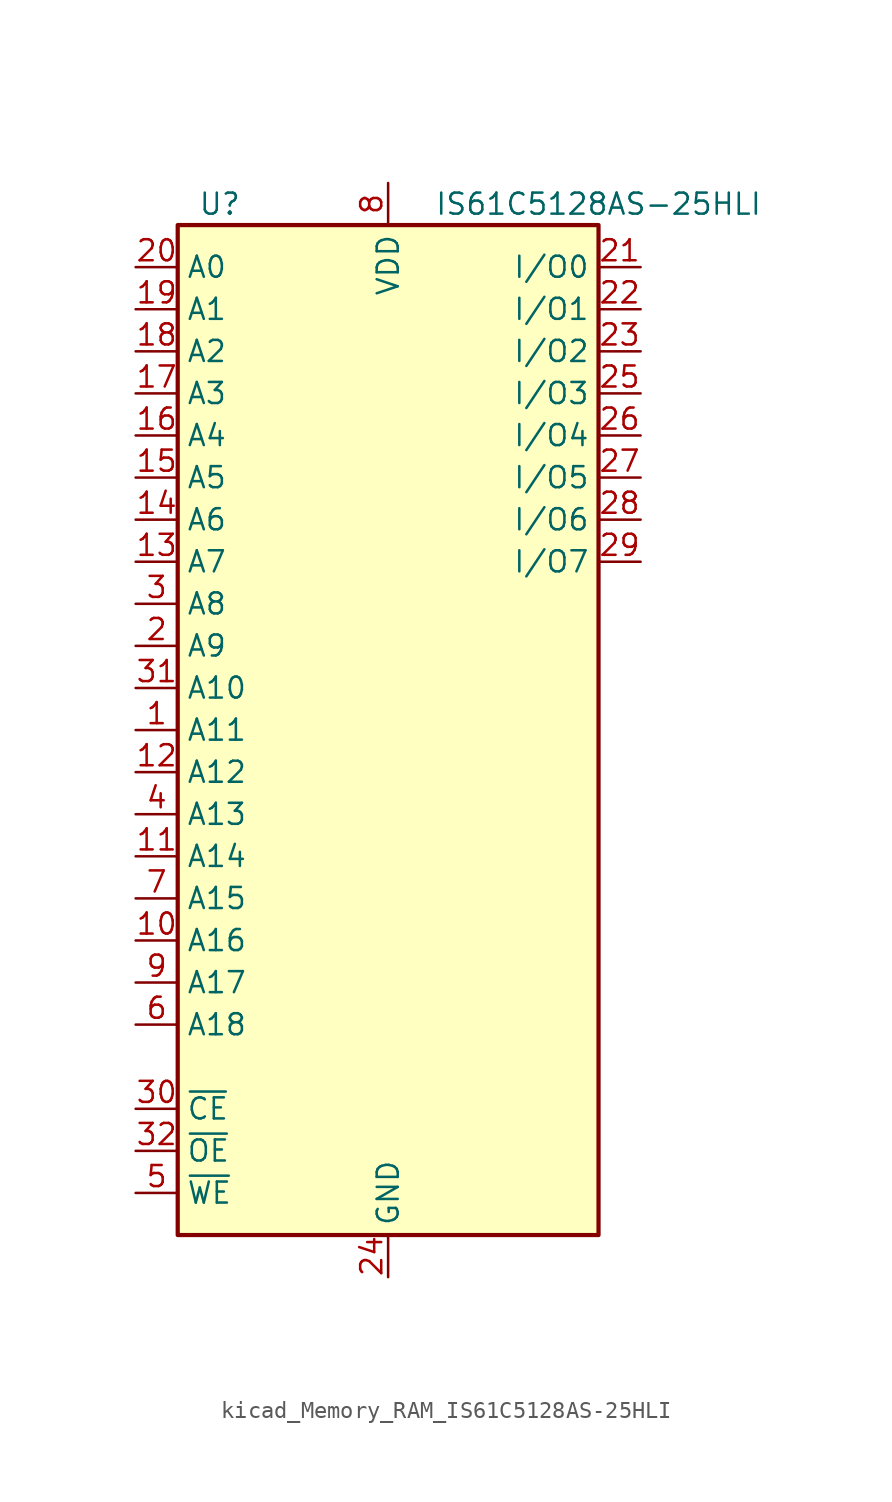
<source format=kicad_sym>
(kicad_symbol_lib
  (version 20220914)
  (generator kicad_symbol_editor)
  (symbol "kicad_Memory_RAM_IS61C5128AS-25HLI"
    (property "Reference" "U"
      (at -10.16 31.75 0)
      (effects (font (size 1.27 1.27))))
    (property "Value" "IS61C5128AS-25HLI"
      (at 12.7 31.75 0)
      (effects (font (size 1.27 1.27))))
    (symbol "kicad_Memory_RAM_IS61C5128AS-25HLI_0_1"
      (rectangle (start -12.7 30.48) (end 12.7 -30.48) (stroke (width 0.254) (type default)) (fill (type background))))
    (symbol "kicad_Memory_RAM_IS61C5128AS-25HLI_1_1"
      (pin input line (at -15.24 0 0) (length 2.54) (name "A11" (effects (font (size 1.27 1.27)))) (number "1" (effects (font (size 1.27 1.27)))))
      (pin input line (at -15.24 -12.7 0) (length 2.54) (name "A16" (effects (font (size 1.27 1.27)))) (number "10" (effects (font (size 1.27 1.27)))))
      (pin input line (at -15.24 -7.62 0) (length 2.54) (name "A14" (effects (font (size 1.27 1.27)))) (number "11" (effects (font (size 1.27 1.27)))))
      (pin input line (at -15.24 -2.54 0) (length 2.54) (name "A12" (effects (font (size 1.27 1.27)))) (number "12" (effects (font (size 1.27 1.27)))))
      (pin input line (at -15.24 10.16 0) (length 2.54) (name "A7" (effects (font (size 1.27 1.27)))) (number "13" (effects (font (size 1.27 1.27)))))
      (pin input line (at -15.24 12.7 0) (length 2.54) (name "A6" (effects (font (size 1.27 1.27)))) (number "14" (effects (font (size 1.27 1.27)))))
      (pin input line (at -15.24 15.24 0) (length 2.54) (name "A5" (effects (font (size 1.27 1.27)))) (number "15" (effects (font (size 1.27 1.27)))))
      (pin input line (at -15.24 17.78 0) (length 2.54) (name "A4" (effects (font (size 1.27 1.27)))) (number "16" (effects (font (size 1.27 1.27)))))
      (pin input line (at -15.24 20.32 0) (length 2.54) (name "A3" (effects (font (size 1.27 1.27)))) (number "17" (effects (font (size 1.27 1.27)))))
      (pin input line (at -15.24 22.86 0) (length 2.54) (name "A2" (effects (font (size 1.27 1.27)))) (number "18" (effects (font (size 1.27 1.27)))))
      (pin input line (at -15.24 25.4 0) (length 2.54) (name "A1" (effects (font (size 1.27 1.27)))) (number "19" (effects (font (size 1.27 1.27)))))
      (pin input line (at -15.24 5.08 0) (length 2.54) (name "A9" (effects (font (size 1.27 1.27)))) (number "2" (effects (font (size 1.27 1.27)))))
      (pin input line (at -15.24 27.94 0) (length 2.54) (name "A0" (effects (font (size 1.27 1.27)))) (number "20" (effects (font (size 1.27 1.27)))))
      (pin bidirectional line (at 15.24 27.94 180) (length 2.54) (name "I/O0" (effects (font (size 1.27 1.27)))) (number "21" (effects (font (size 1.27 1.27)))))
      (pin bidirectional line (at 15.24 25.4 180) (length 2.54) (name "I/O1" (effects (font (size 1.27 1.27)))) (number "22" (effects (font (size 1.27 1.27)))))
      (pin bidirectional line (at 15.24 22.86 180) (length 2.54) (name "I/O2" (effects (font (size 1.27 1.27)))) (number "23" (effects (font (size 1.27 1.27)))))
      (pin power_in line (at 0 -33.02 90) (length 2.54) (name "GND" (effects (font (size 1.27 1.27)))) (number "24" (effects (font (size 1.27 1.27)))))
      (pin bidirectional line (at 15.24 20.32 180) (length 2.54) (name "I/O3" (effects (font (size 1.27 1.27)))) (number "25" (effects (font (size 1.27 1.27)))))
      (pin bidirectional line (at 15.24 17.78 180) (length 2.54) (name "I/O4" (effects (font (size 1.27 1.27)))) (number "26" (effects (font (size 1.27 1.27)))))
      (pin bidirectional line (at 15.24 15.24 180) (length 2.54) (name "I/O5" (effects (font (size 1.27 1.27)))) (number "27" (effects (font (size 1.27 1.27)))))
      (pin bidirectional line (at 15.24 12.7 180) (length 2.54) (name "I/O6" (effects (font (size 1.27 1.27)))) (number "28" (effects (font (size 1.27 1.27)))))
      (pin bidirectional line (at 15.24 10.16 180) (length 2.54) (name "I/O7" (effects (font (size 1.27 1.27)))) (number "29" (effects (font (size 1.27 1.27)))))
      (pin input line (at -15.24 7.62 0) (length 2.54) (name "A8" (effects (font (size 1.27 1.27)))) (number "3" (effects (font (size 1.27 1.27)))))
      (pin input line (at -15.24 -22.86 0) (length 2.54) (name "~{CE}" (effects (font (size 1.27 1.27)))) (number "30" (effects (font (size 1.27 1.27)))))
      (pin input line (at -15.24 2.54 0) (length 2.54) (name "A10" (effects (font (size 1.27 1.27)))) (number "31" (effects (font (size 1.27 1.27)))))
      (pin input line (at -15.24 -25.4 0) (length 2.54) (name "~{OE}" (effects (font (size 1.27 1.27)))) (number "32" (effects (font (size 1.27 1.27)))))
      (pin input line (at -15.24 -5.08 0) (length 2.54) (name "A13" (effects (font (size 1.27 1.27)))) (number "4" (effects (font (size 1.27 1.27)))))
      (pin input line (at -15.24 -27.94 0) (length 2.54) (name "~{WE}" (effects (font (size 1.27 1.27)))) (number "5" (effects (font (size 1.27 1.27)))))
      (pin input line (at -15.24 -17.78 0) (length 2.54) (name "A18" (effects (font (size 1.27 1.27)))) (number "6" (effects (font (size 1.27 1.27)))))
      (pin input line (at -15.24 -10.16 0) (length 2.54) (name "A15" (effects (font (size 1.27 1.27)))) (number "7" (effects (font (size 1.27 1.27)))))
      (pin power_in line (at 0 33.02 270) (length 2.54) (name "VDD" (effects (font (size 1.27 1.27)))) (number "8" (effects (font (size 1.27 1.27)))))
      (pin input line (at -15.24 -15.24 0) (length 2.54) (name "A17" (effects (font (size 1.27 1.27)))) (number "9" (effects (font (size 1.27 1.27))))))))
</source>
